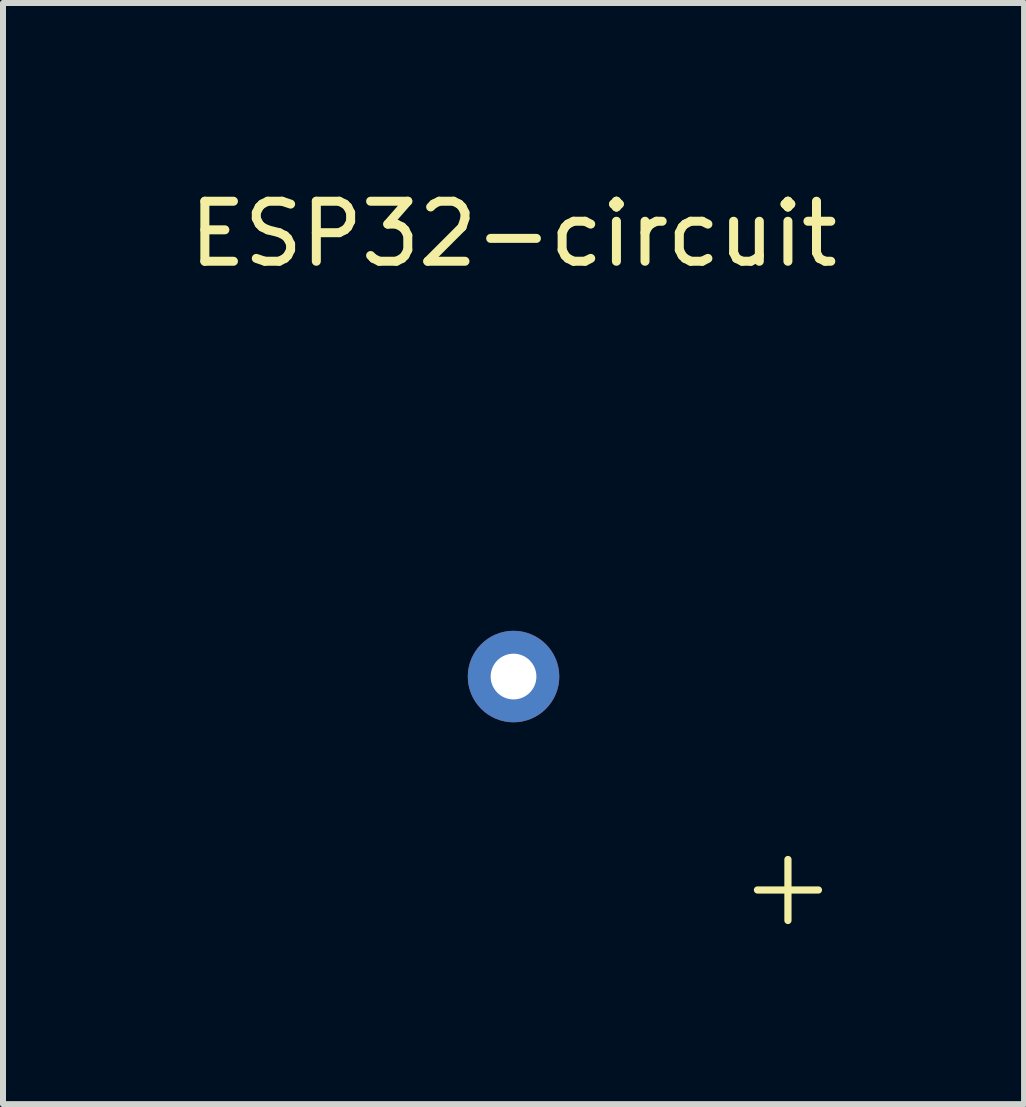
<source format=kicad_pcb>
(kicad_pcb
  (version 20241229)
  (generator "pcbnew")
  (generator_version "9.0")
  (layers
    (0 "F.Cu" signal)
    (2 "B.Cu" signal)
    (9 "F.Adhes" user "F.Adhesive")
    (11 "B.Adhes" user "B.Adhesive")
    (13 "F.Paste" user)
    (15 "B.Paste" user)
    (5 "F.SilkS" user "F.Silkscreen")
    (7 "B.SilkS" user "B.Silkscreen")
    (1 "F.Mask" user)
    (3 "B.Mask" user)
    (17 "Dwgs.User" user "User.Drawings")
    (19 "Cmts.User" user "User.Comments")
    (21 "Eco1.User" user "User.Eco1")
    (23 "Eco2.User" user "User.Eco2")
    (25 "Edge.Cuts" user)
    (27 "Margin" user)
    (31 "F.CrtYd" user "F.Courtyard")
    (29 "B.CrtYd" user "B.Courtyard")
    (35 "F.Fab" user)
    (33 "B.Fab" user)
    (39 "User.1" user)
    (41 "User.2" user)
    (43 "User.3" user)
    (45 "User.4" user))
  (footprint "ESP32-circuit"
    (layer "F.Cu")
    (at 10.078 11.778)
    (property "Reference" "ESP32-circuit" (at -4.572 -10.93 0) (layer "F.SilkS") (effects (font (size 1 1) (thickness 0.15))))
    (attr through_hole)
    (fp_line (start -0.508 0) (end 0.508 0) (stroke (width 0.12) (type solid)) (layer "F.SilkS"))
    (fp_line (start 0 0.508) (end 0 -0.508) (stroke (width 0.12) (type solid)) (layer "F.SilkS"))
    (pad "1" thru_hole circle (at -4.572 -3.556) (size 1.524 1.524) (drill 0.762) (layers "*.Cu" "*.Mask")))
  (gr_rect
    (start -3 -3)
    (end 14.012 15.346)
    (stroke (width 0.1) (type default))
    (fill no)
    (layer "Edge.Cuts")))
</source>
